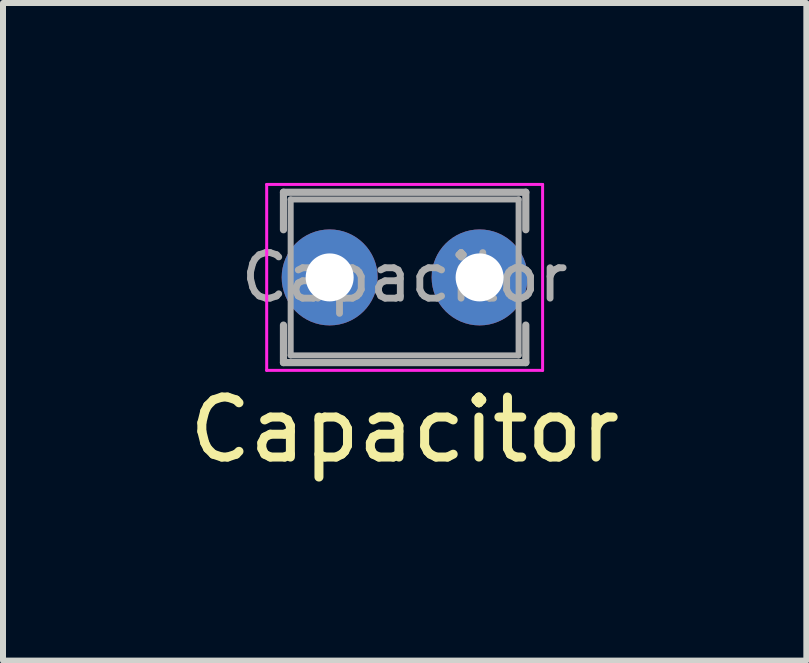
<source format=kicad_pcb>
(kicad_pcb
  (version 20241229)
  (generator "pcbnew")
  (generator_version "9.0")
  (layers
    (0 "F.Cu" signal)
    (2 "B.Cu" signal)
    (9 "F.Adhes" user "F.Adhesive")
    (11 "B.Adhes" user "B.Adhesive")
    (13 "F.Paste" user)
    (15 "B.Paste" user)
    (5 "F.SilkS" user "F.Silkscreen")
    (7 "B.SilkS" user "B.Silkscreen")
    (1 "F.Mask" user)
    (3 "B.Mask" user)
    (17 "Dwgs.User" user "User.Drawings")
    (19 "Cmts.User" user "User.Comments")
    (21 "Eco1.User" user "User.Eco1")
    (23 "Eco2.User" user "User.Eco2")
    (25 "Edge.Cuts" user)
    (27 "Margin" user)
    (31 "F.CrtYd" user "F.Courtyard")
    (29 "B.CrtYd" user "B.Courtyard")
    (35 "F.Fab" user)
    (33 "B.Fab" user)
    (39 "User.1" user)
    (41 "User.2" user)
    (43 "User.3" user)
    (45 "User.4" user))
  (footprint "Capacitor"
    (layer "F.Cu")
    (at 2.446 1.575)
    (property "Reference" "Capacitor" (at 1.25 2.54 0) (layer "F.SilkS") (effects (font (size 1 1) (thickness 0.15))))
    (attr through_hole)
    (fp_line (start -1.05 -1.55) (end -1.05 1.55) (stroke (width 0.05) (type solid)) (layer "F.CrtYd"))
    (fp_line (start -1.05 1.55) (end 3.55 1.55) (stroke (width 0.05) (type solid)) (layer "F.CrtYd"))
    (fp_line (start 3.55 -1.55) (end -1.05 -1.55) (stroke (width 0.05) (type solid)) (layer "F.CrtYd"))
    (fp_line (start 3.55 1.55) (end 3.55 -1.55) (stroke (width 0.05) (type solid)) (layer "F.CrtYd"))
    (fp_line (start -0.77 -1.42) (end -0.77 -0.795) (stroke (width 0.12) (type solid)) (layer "F.Fab"))
    (fp_line (start -0.77 -1.42) (end 3.27 -1.42) (stroke (width 0.12) (type solid)) (layer "F.Fab"))
    (fp_line (start -0.77 0.795) (end -0.77 1.42) (stroke (width 0.12) (type solid)) (layer "F.Fab"))
    (fp_line (start -0.77 1.42) (end 3.27 1.42) (stroke (width 0.12) (type solid)) (layer "F.Fab"))
    (fp_line (start -0.65 -1.3) (end -0.65 1.3) (stroke (width 0.1) (type solid)) (layer "F.Fab"))
    (fp_line (start -0.65 1.3) (end 3.15 1.3) (stroke (width 0.1) (type solid)) (layer "F.Fab"))
    (fp_line (start 3.15 -1.3) (end -0.65 -1.3) (stroke (width 0.1) (type solid)) (layer "F.Fab"))
    (fp_line (start 3.15 1.3) (end 3.15 -1.3) (stroke (width 0.1) (type solid)) (layer "F.Fab"))
    (fp_line (start 3.27 -1.42) (end 3.27 -0.795) (stroke (width 0.12) (type solid)) (layer "F.Fab"))
    (fp_line (start 3.27 0.795) (end 3.27 1.42) (stroke (width 0.12) (type solid)) (layer "F.Fab"))
    (fp_text user "${REFERENCE}" (at 1.25 0 0) (layer "F.Fab") (effects (font (size 0.76 0.76) (thickness 0.114))))
    (pad "1" thru_hole circle (at 0 0) (size 1.6 1.6) (drill 0.8) (layers "*.Cu" "*.Mask"))
    (pad "2" thru_hole circle (at 2.5 0) (size 1.6 1.6) (drill 0.8) (layers "*.Cu" "*.Mask")))
  (gr_rect
    (start -3 -3)
    (end 10.393 7.963)
    (stroke (width 0.1) (type default))
    (fill no)
    (layer "Edge.Cuts")))
</source>
